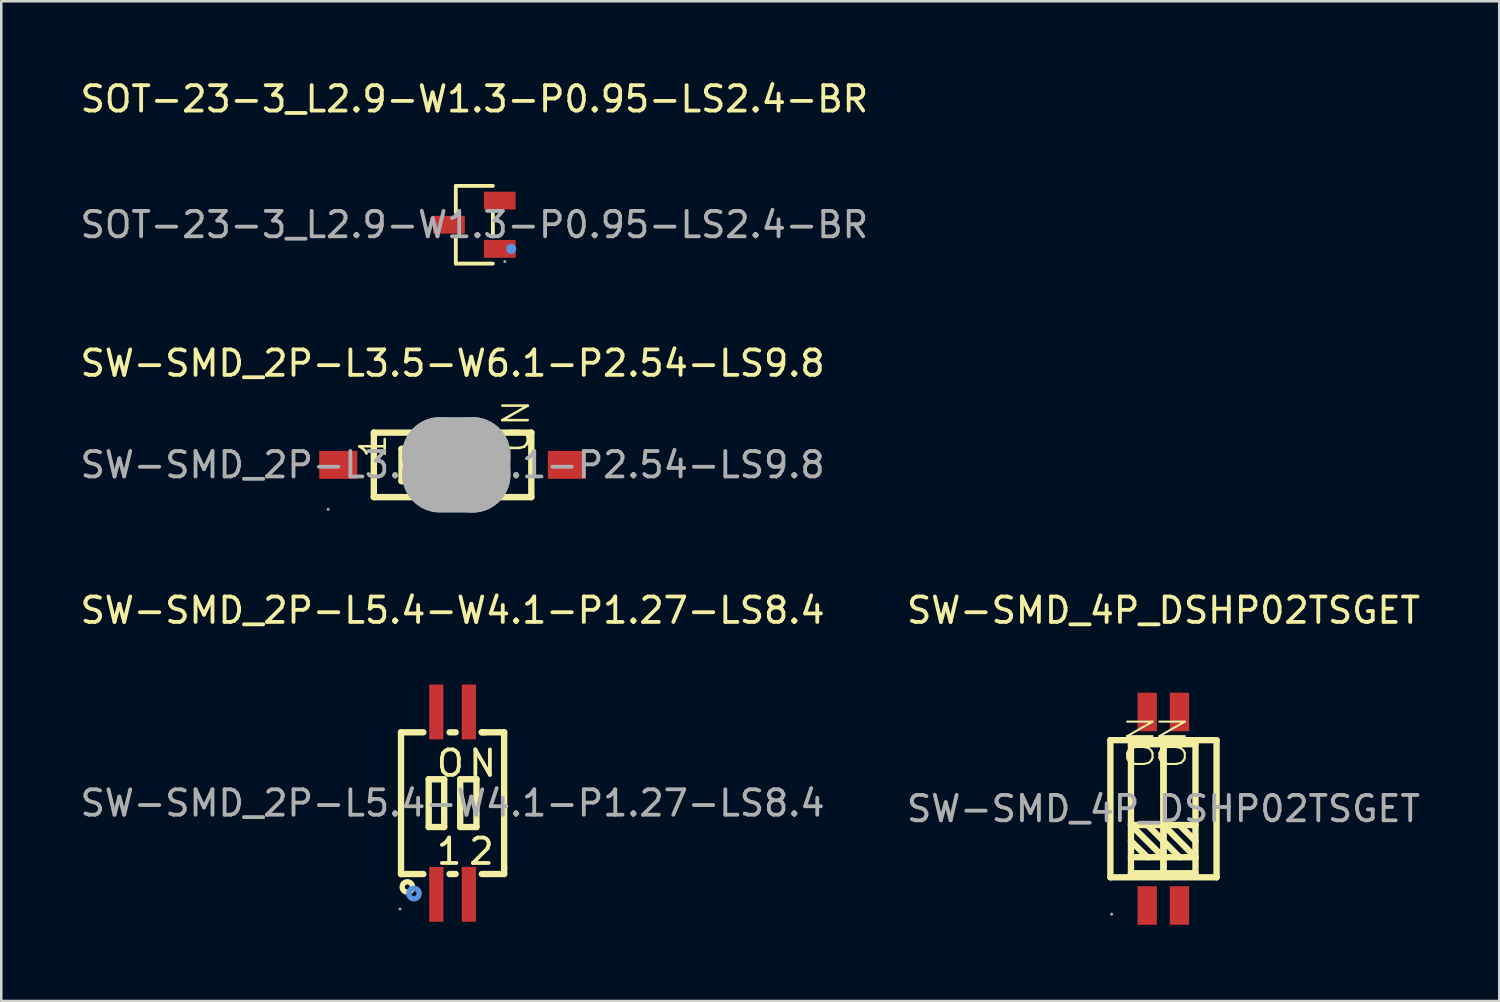
<source format=kicad_pcb>
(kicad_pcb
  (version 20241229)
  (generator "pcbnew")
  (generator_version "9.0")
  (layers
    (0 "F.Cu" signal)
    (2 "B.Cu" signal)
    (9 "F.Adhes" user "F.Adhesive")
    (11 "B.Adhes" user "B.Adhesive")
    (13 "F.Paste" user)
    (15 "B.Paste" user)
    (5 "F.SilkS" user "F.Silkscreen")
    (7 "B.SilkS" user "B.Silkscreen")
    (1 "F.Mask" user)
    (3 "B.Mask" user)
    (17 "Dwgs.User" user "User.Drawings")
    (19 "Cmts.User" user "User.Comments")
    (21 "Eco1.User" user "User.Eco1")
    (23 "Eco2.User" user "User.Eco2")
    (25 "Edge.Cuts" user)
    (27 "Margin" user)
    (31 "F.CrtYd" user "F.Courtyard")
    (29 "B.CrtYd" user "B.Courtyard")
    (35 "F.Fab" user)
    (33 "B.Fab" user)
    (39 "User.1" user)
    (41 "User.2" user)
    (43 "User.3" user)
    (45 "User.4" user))
  (footprint "SOT-23-3_L2.9-W1.3-P0.95-LS2.4-BR"
    (layer "F.Cu")
    (at 15.625 5.798)
    (property "Reference" "SOT-23-3_L2.9-W1.3-P0.95-LS2.4-BR" (at 0 -4.95 0) (layer "F.SilkS") (effects (font (size 1 1) (thickness 0.15))))
    (attr smd)
    (fp_line (start -0.73 -1.53) (end -0.73 -0.49) (stroke (width 0.15) (type solid)) (layer "F.SilkS"))
    (fp_line (start -0.73 1.53) (end -0.73 0.49) (stroke (width 0.15) (type solid)) (layer "F.SilkS"))
    (fp_line (start 0.73 -1.53) (end -0.73 -1.53) (stroke (width 0.15) (type solid)) (layer "F.SilkS"))
    (fp_line (start 0.73 -0.46) (end 0.73 0.46) (stroke (width 0.15) (type solid)) (layer "F.SilkS"))
    (fp_line (start 0.73 1.53) (end -0.73 1.53) (stroke (width 0.15) (type solid)) (layer "F.SilkS"))
    (fp_circle (center 1.45 0.95) (end 1.55 0.95) (stroke (width 0.2) (type solid)) (fill no) (layer "Cmts.User"))
    (fp_circle (center 1.2 1.45) (end 1.23 1.45) (stroke (width 0.06) (type solid)) (fill no) (layer "F.Fab"))
    (fp_text user "${REFERENCE}" (at 0 0 0) (layer "F.Fab") (effects (font (size 1 1) (thickness 0.15))))
    (pad "1" smd rect (at 1 0.95) (size 1.25 0.7) (layers "F.Cu" "F.Mask" "F.Paste"))
    (pad "2" smd rect (at 1 -0.95) (size 1.25 0.7) (layers "F.Cu" "F.Mask" "F.Paste"))
    (pad "3" smd rect (at -1 0) (size 1.25 0.7) (layers "F.Cu" "F.Mask" "F.Paste")))
  (footprint "SW-SMD_2P-L3.5-W6.1-P2.54-LS9.8"
    (layer "F.Cu")
    (at 14.768 15.252)
    (property "Reference" "SW-SMD_2P-L3.5-W6.1-P2.54-LS9.8" (at 0 -4 0) (layer "F.SilkS") (effects (font (size 1 1) (thickness 0.15))))
    (attr smd)
    (fp_line (start -3.1 -1.27) (end 3.1 -1.27) (stroke (width 0.25) (type solid)) (layer "F.SilkS"))
    (fp_line (start -3.1 1.27) (end -3.1 -1.27) (stroke (width 0.25) (type solid)) (layer "F.SilkS"))
    (fp_line (start -2.01 -0.63) (end 2.05 -0.63) (stroke (width 0.25) (type solid)) (layer "F.SilkS"))
    (fp_line (start -2.01 0.64) (end -2.01 -0.63) (stroke (width 0.25) (type solid)) (layer "F.SilkS"))
    (fp_line (start -1.57 -0.63) (end -1.57 0.64) (stroke (width 0.25) (type solid)) (layer "F.SilkS"))
    (fp_line (start -1.19 -0.63) (end -1.19 0.64) (stroke (width 0.25) (type solid)) (layer "F.SilkS"))
    (fp_line (start 1.29 -0.63) (end 1.29 0.64) (stroke (width 0.25) (type solid)) (layer "F.SilkS"))
    (fp_line (start 1.67 -0.63) (end 1.67 0.64) (stroke (width 0.25) (type solid)) (layer "F.SilkS"))
    (fp_line (start 2.05 -0.63) (end 2.05 0.64) (stroke (width 0.25) (type solid)) (layer "F.SilkS"))
    (fp_line (start 2.05 0.64) (end -2.01 0.64) (stroke (width 0.25) (type solid)) (layer "F.SilkS"))
    (fp_line (start 3.1 -1.27) (end 3.1 1.27) (stroke (width 0.25) (type solid)) (layer "F.SilkS"))
    (fp_line (start 3.1 1.27) (end -3.1 1.27) (stroke (width 0.25) (type solid)) (layer "F.SilkS"))
    (fp_line (start -0.49 -0.38) (end -0.49 -0.38) (stroke (width 3) (type solid)) (layer "F.Fab"))
    (fp_line (start -0.49 -0.38) (end 0.78 -0.38) (stroke (width 3) (type solid)) (layer "F.Fab"))
    (fp_line (start 0.78 -0.38) (end 0.78 0.38) (stroke (width 3) (type solid)) (layer "F.Fab"))
    (fp_line (start 0.78 0.38) (end -0.49 0.38) (stroke (width 3) (type solid)) (layer "F.Fab"))
    (fp_circle (center -4.9 1.75) (end -4.87 1.75) (stroke (width 0.06) (type solid)) (fill no) (layer "F.Fab"))
    (fp_text user "1" (at -3.13 -0.19 270) (layer "F.SilkS") (effects (font (size 1 1) (thickness 0.1)) (justify left)))
    (fp_text user "ON" (at 2.5 -0.41 270) (layer "F.SilkS") (effects (font (size 1 1) (thickness 0.1)) (justify left)))
    (fp_text user "${REFERENCE}" (at 0 0 0) (layer "F.Fab") (effects (font (size 1 1) (thickness 0.15))))
    (pad "1" smd rect (at -4.5 0 270) (size 1.1 1.5) (layers "F.Cu" "F.Mask" "F.Paste"))
    (pad "2" smd rect (at 4.5 0 270) (size 1.1 1.5) (layers "F.Cu" "F.Mask" "F.Paste")))
  (footprint "SW-SMD_4P_DSHP02TSGET"
    (layer "F.Cu")
    (at 42.756 28.79)
    (property "Reference" "SW-SMD_4P_DSHP02TSGET" (at 0 -7.81 0) (layer "F.SilkS") (effects (font (size 1 1) (thickness 0.15))))
    (attr smd)
    (fp_line (start -2.09 -2.7) (end -2.09 2.7) (stroke (width 0.25) (type solid)) (layer "F.SilkS"))
    (fp_line (start -2.09 2.7) (end 2.09 2.7) (stroke (width 0.25) (type solid)) (layer "F.SilkS"))
    (fp_line (start -1.28 -2.54) (end 0 -2.54) (stroke (width 0.25) (type solid)) (layer "F.SilkS"))
    (fp_line (start -1.28 0.64) (end 0 1.91) (stroke (width 0.25) (type solid)) (layer "F.SilkS"))
    (fp_line (start -1.28 1.27) (end -0.63 1.91) (stroke (width 0.25) (type solid)) (layer "F.SilkS"))
    (fp_line (start -1.28 2.54) (end -1.28 -2.54) (stroke (width 0.25) (type solid)) (layer "F.SilkS"))
    (fp_line (start -0.63 0.64) (end 0 1.27) (stroke (width 0.25) (type solid)) (layer "F.SilkS"))
    (fp_line (start 0 -2.54) (end 0 2.54) (stroke (width 0.25) (type solid)) (layer "F.SilkS"))
    (fp_line (start 0 -2.54) (end 0 2.54) (stroke (width 0.25) (type solid)) (layer "F.SilkS"))
    (fp_line (start 0 0.64) (end -1.28 0.64) (stroke (width 0.25) (type solid)) (layer "F.SilkS"))
    (fp_line (start 0 1.27) (end 0.63 1.91) (stroke (width 0.25) (type solid)) (layer "F.SilkS"))
    (fp_line (start 0 1.91) (end -1.28 1.91) (stroke (width 0.25) (type solid)) (layer "F.SilkS"))
    (fp_line (start 0 1.91) (end 1.26 1.91) (stroke (width 0.25) (type solid)) (layer "F.SilkS"))
    (fp_line (start 0 2.54) (end -1.28 2.54) (stroke (width 0.25) (type solid)) (layer "F.SilkS"))
    (fp_line (start 0 2.54) (end 1.26 2.54) (stroke (width 0.25) (type solid)) (layer "F.SilkS"))
    (fp_line (start 0.63 0.64) (end 1.26 1.27) (stroke (width 0.25) (type solid)) (layer "F.SilkS"))
    (fp_line (start 1.26 -2.54) (end 0 -2.54) (stroke (width 0.25) (type solid)) (layer "F.SilkS"))
    (fp_line (start 1.26 0.64) (end 0 0.64) (stroke (width 0.25) (type solid)) (layer "F.SilkS"))
    (fp_line (start 1.26 1.91) (end 0 0.64) (stroke (width 0.25) (type solid)) (layer "F.SilkS"))
    (fp_line (start 1.26 2.54) (end 1.26 -2.54) (stroke (width 0.25) (type solid)) (layer "F.SilkS"))
    (fp_line (start 2.09 -2.7) (end -2.09 -2.7) (stroke (width 0.25) (type solid)) (layer "F.SilkS"))
    (fp_line (start 2.09 2.7) (end 2.09 -2.7) (stroke (width 0.25) (type solid)) (layer "F.SilkS"))
    (fp_circle (center -2.04 4.15) (end -2.01 4.15) (stroke (width 0.06) (type solid)) (fill no) (layer "F.Fab"))
    (fp_text user "ON" (at 0.38 -1.52 270) (layer "F.SilkS") (effects (font (size 1 1) (thickness 0.08)) (justify left)))
    (fp_text user "ON" (at -0.89 -1.52 270) (layer "F.SilkS") (effects (font (size 1 1) (thickness 0.08)) (justify left)))
    (fp_text user "${REFERENCE}" (at 0 0 0) (layer "F.Fab") (effects (font (size 1 1) (thickness 0.15))))
    (pad "1" smd rect (at -0.64 3.81 270) (size 1.52 0.76) (layers "F.Cu" "F.Mask" "F.Paste"))
    (pad "2" smd rect (at 0.63 3.81 270) (size 1.52 0.76) (layers "F.Cu" "F.Mask" "F.Paste"))
    (pad "3" smd rect (at 0.63 -3.81 270) (size 1.52 0.76) (layers "F.Cu" "F.Mask" "F.Paste"))
    (pad "4" smd rect (at -0.64 -3.81 270) (size 1.52 0.76) (layers "F.Cu" "F.Mask" "F.Paste")))
  (footprint "SW-SMD_2P-L5.4-W4.1-P1.27-LS8.4"
    (layer "F.Cu")
    (at 14.768 28.57)
    (property "Reference" "SW-SMD_2P-L5.4-W4.1-P1.27-LS8.4" (at 0 -7.59 0) (layer "F.SilkS") (effects (font (size 1 1) (thickness 0.15))))
    (attr through_hole)
    (fp_line (start -2.03 -2.79) (end -1.15 -2.79) (stroke (width 0.25) (type solid)) (layer "F.SilkS"))
    (fp_line (start -2.03 2.79) (end -2.03 -2.79) (stroke (width 0.25) (type solid)) (layer "F.SilkS"))
    (fp_line (start -1.15 2.79) (end -2.03 2.79) (stroke (width 0.25) (type solid)) (layer "F.SilkS"))
    (fp_line (start -0.94 -0.94) (end -0.33 -0.94) (stroke (width 0.25) (type solid)) (layer "F.SilkS"))
    (fp_line (start -0.94 0.94) (end -0.94 -0.94) (stroke (width 0.25) (type solid)) (layer "F.SilkS"))
    (fp_line (start -0.33 -0.94) (end -0.33 0.94) (stroke (width 0.25) (type solid)) (layer "F.SilkS"))
    (fp_line (start -0.33 0.94) (end -0.94 0.94) (stroke (width 0.25) (type solid)) (layer "F.SilkS"))
    (fp_line (start -0.12 -2.79) (end 0.12 -2.79) (stroke (width 0.25) (type solid)) (layer "F.SilkS"))
    (fp_line (start 0.12 2.79) (end -0.12 2.79) (stroke (width 0.25) (type solid)) (layer "F.SilkS"))
    (fp_line (start 0.3 -0.94) (end 0.94 -0.94) (stroke (width 0.25) (type solid)) (layer "F.SilkS"))
    (fp_line (start 0.3 0.94) (end 0.3 -0.94) (stroke (width 0.25) (type solid)) (layer "F.SilkS"))
    (fp_line (start 0.94 -0.94) (end 0.94 0.94) (stroke (width 0.25) (type solid)) (layer "F.SilkS"))
    (fp_line (start 0.94 0.94) (end 0.3 0.94) (stroke (width 0.25) (type solid)) (layer "F.SilkS"))
    (fp_line (start 1.15 -2.79) (end 1.27 -2.79) (stroke (width 0.25) (type solid)) (layer "F.SilkS"))
    (fp_line (start 1.15 -2.79) (end 2.03 -2.79) (stroke (width 0.25) (type solid)) (layer "F.SilkS"))
    (fp_line (start 2.03 -2.79) (end 2.03 2.54) (stroke (width 0.25) (type solid)) (layer "F.SilkS"))
    (fp_line (start 2.03 2.54) (end 2.03 2.79) (stroke (width 0.25) (type solid)) (layer "F.SilkS"))
    (fp_line (start 2.03 2.79) (end 1.15 2.79) (stroke (width 0.25) (type solid)) (layer "F.SilkS"))
    (fp_circle (center -1.78 3.3) (end -1.68 3.3) (stroke (width 0.21) (type solid)) (fill no) (layer "F.SilkS"))
    (fp_circle (center -1.52 3.56) (end -1.42 3.56) (stroke (width 0.21) (type solid)) (fill no) (layer "Cmts.User"))
    (fp_circle (center -2.07 4.17) (end -2.04 4.17) (stroke (width 0.06) (type solid)) (fill no) (layer "F.Fab"))
    (fp_text user "N" (at 0.56 -1.57 0) (layer "F.SilkS") (effects (font (size 1 1) (thickness 0.15)) (justify left)))
    (fp_text user "2" (at 0.56 1.9 0) (layer "F.SilkS") (effects (font (size 1 1) (thickness 0.15)) (justify left)))
    (fp_text user "O" (at -0.71 -1.57 0) (layer "F.SilkS") (effects (font (size 1 1) (thickness 0.15)) (justify left)))
    (fp_text user "1" (at -0.71 1.9 0) (layer "F.SilkS") (effects (font (size 1 1) (thickness 0.15)) (justify left)))
    (fp_text user "${REFERENCE}" (at 0 0 0) (layer "F.Fab") (effects (font (size 1 1) (thickness 0.15))))
    (pad "1" smd rect (at -0.64 3.59) (size 0.56 2.16) (layers "F.Cu" "F.Mask" "F.Paste"))
    (pad "2" smd rect (at 0.64 3.59) (size 0.56 2.16) (layers "F.Cu" "F.Mask" "F.Paste"))
    (pad "3" smd rect (at 0.64 -3.59) (size 0.56 2.16) (layers "F.Cu" "F.Mask" "F.Paste"))
    (pad "4" smd rect (at -0.64 -3.59) (size 0.56 2.16) (layers "F.Cu" "F.Mask" "F.Paste")))
  (gr_rect
    (start -3 -3)
    (end 55.976 36.36)
    (stroke (width 0.1) (type default))
    (fill no)
    (layer "Edge.Cuts")))
</source>
